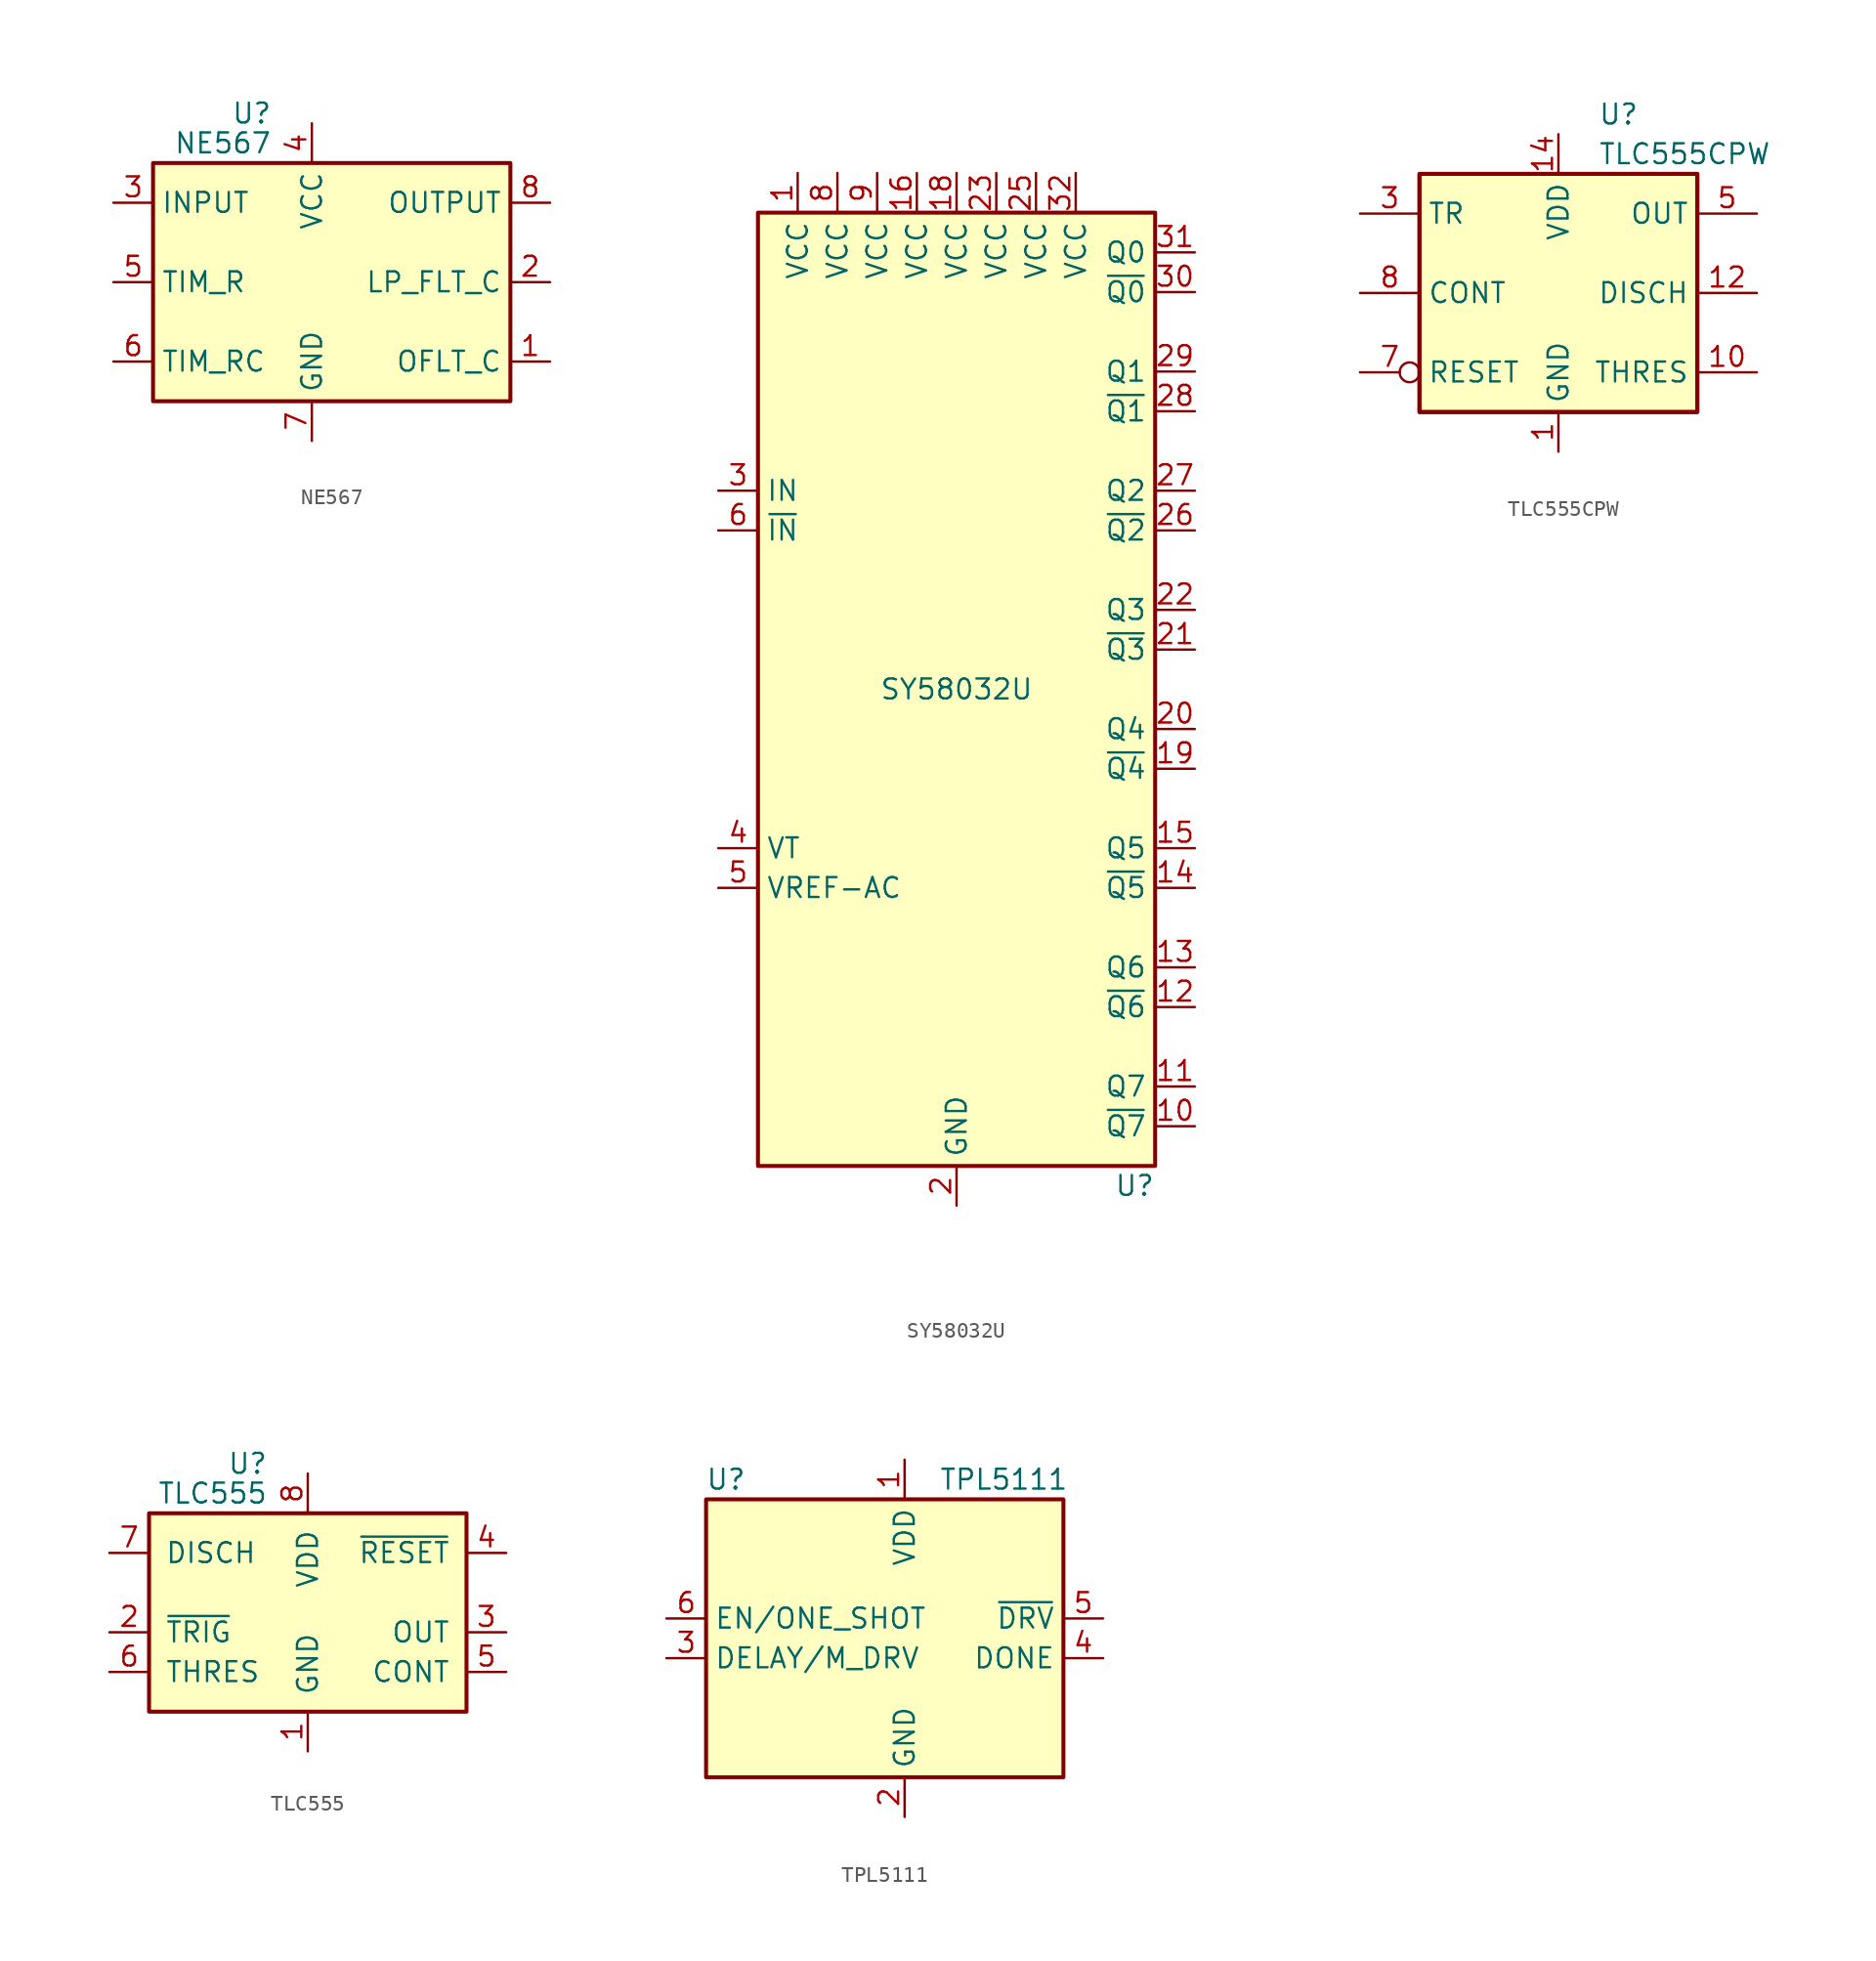
<source format=kicad_sym>
(kicad_symbol_lib
  (version 20201005)
  (generator kicad_symbol_editor)
  (symbol "NE567"
    (property "Reference" "U"
      (at -2.54 10.795 0)
      (effects (font (size 1.27 1.27)) (justify right)))
    (property "Value" "NE567"
      (at -2.54 8.89 0)
      (effects (font (size 1.27 1.27)) (justify right)))
    (symbol "NE567_0_1"
      (rectangle (start -10.16 7.62) (end 12.7 -7.62) (stroke (width 0.254)) (fill (type background))))
    (symbol "NE567_1_1"
      (pin output line (at 15.24 -5.08 180) (length 2.54) (name "OFLT_C" (effects (font (size 1.27 1.27)))) (number "1" (effects (font (size 1.27 1.27)))))
      (pin output line (at 15.24 0 180) (length 2.54) (name "LP_FLT_C" (effects (font (size 1.27 1.27)))) (number "2" (effects (font (size 1.27 1.27)))))
      (pin input line (at -12.7 5.08 0) (length 2.54) (name "INPUT" (effects (font (size 1.27 1.27)))) (number "3" (effects (font (size 1.27 1.27)))))
      (pin power_in line (at 0 10.16 270) (length 2.54) (name "VCC" (effects (font (size 1.27 1.27)))) (number "4" (effects (font (size 1.27 1.27)))))
      (pin input line (at -12.7 0 0) (length 2.54) (name "TIM_R" (effects (font (size 1.27 1.27)))) (number "5" (effects (font (size 1.27 1.27)))))
      (pin input line (at -12.7 -5.08 0) (length 2.54) (name "TIM_RC" (effects (font (size 1.27 1.27)))) (number "6" (effects (font (size 1.27 1.27)))))
      (pin power_in line (at 0 -10.16 90) (length 2.54) (name "GND" (effects (font (size 1.27 1.27)))) (number "7" (effects (font (size 1.27 1.27)))))
      (pin output line (at 15.24 5.08 180) (length 2.54) (name "OUTPUT" (effects (font (size 1.27 1.27)))) (number "8" (effects (font (size 1.27 1.27)))))))
  (symbol "SY58032U"
    (property "Reference" "U"
      (at 12.7 -31.75 0)
      (effects (font (size 1.27 1.27)) (justify right)))
    (property "Value" "SY58032U"
      (at 0 0 0)
      (effects (font (size 1.27 1.27))))
    (symbol "SY58032U_0_1"
      (rectangle (start 12.7 30.48) (end -12.7 -30.48) (stroke (width 0.254)) (fill (type background))))
    (symbol "SY58032U_1_1"
      (pin power_in line (at -10.16 33.02 270) (length 2.54) (name "VCC" (effects (font (size 1.27 1.27)))) (number "1" (effects (font (size 1.27 1.27)))))
      (pin open_emitter line (at 15.24 -27.94 180) (length 2.54) (name "~Q7" (effects (font (size 1.27 1.27)))) (number "10" (effects (font (size 1.27 1.27)))))
      (pin open_emitter line (at 15.24 -25.4 180) (length 2.54) (name "Q7" (effects (font (size 1.27 1.27)))) (number "11" (effects (font (size 1.27 1.27)))))
      (pin open_emitter line (at 15.24 -20.32 180) (length 2.54) (name "~Q6" (effects (font (size 1.27 1.27)))) (number "12" (effects (font (size 1.27 1.27)))))
      (pin open_emitter line (at 15.24 -17.78 180) (length 2.54) (name "Q6" (effects (font (size 1.27 1.27)))) (number "13" (effects (font (size 1.27 1.27)))))
      (pin open_emitter line (at 15.24 -12.7 180) (length 2.54) (name "~Q5" (effects (font (size 1.27 1.27)))) (number "14" (effects (font (size 1.27 1.27)))))
      (pin open_emitter line (at 15.24 -10.16 180) (length 2.54) (name "Q5" (effects (font (size 1.27 1.27)))) (number "15" (effects (font (size 1.27 1.27)))))
      (pin power_in line (at -2.54 33.02 270) (length 2.54) (name "VCC" (effects (font (size 1.27 1.27)))) (number "16" (effects (font (size 1.27 1.27)))))
      (pin passive line (at 0 -33.02 90) (length 2.54) hide (name "GND" (effects (font (size 1.27 1.27)))) (number "17" (effects (font (size 1.27 1.27)))))
      (pin power_in line (at 0 33.02 270) (length 2.54) (name "VCC" (effects (font (size 1.27 1.27)))) (number "18" (effects (font (size 1.27 1.27)))))
      (pin open_emitter line (at 15.24 -5.08 180) (length 2.54) (name "~Q4" (effects (font (size 1.27 1.27)))) (number "19" (effects (font (size 1.27 1.27)))))
      (pin power_in line (at 0 -33.02 90) (length 2.54) (name "GND" (effects (font (size 1.27 1.27)))) (number "2" (effects (font (size 1.27 1.27)))))
      (pin open_emitter line (at 15.24 -2.54 180) (length 2.54) (name "Q4" (effects (font (size 1.27 1.27)))) (number "20" (effects (font (size 1.27 1.27)))))
      (pin open_emitter line (at 15.24 2.54 180) (length 2.54) (name "~Q3" (effects (font (size 1.27 1.27)))) (number "21" (effects (font (size 1.27 1.27)))))
      (pin open_emitter line (at 15.24 5.08 180) (length 2.54) (name "Q3" (effects (font (size 1.27 1.27)))) (number "22" (effects (font (size 1.27 1.27)))))
      (pin power_in line (at 2.54 33.02 270) (length 2.54) (name "VCC" (effects (font (size 1.27 1.27)))) (number "23" (effects (font (size 1.27 1.27)))))
      (pin passive line (at 0 -33.02 90) (length 2.54) hide (name "GND" (effects (font (size 1.27 1.27)))) (number "24" (effects (font (size 1.27 1.27)))))
      (pin power_in line (at 5.08 33.02 270) (length 2.54) (name "VCC" (effects (font (size 1.27 1.27)))) (number "25" (effects (font (size 1.27 1.27)))))
      (pin open_emitter line (at 15.24 10.16 180) (length 2.54) (name "~Q2" (effects (font (size 1.27 1.27)))) (number "26" (effects (font (size 1.27 1.27)))))
      (pin open_emitter line (at 15.24 12.7 180) (length 2.54) (name "Q2" (effects (font (size 1.27 1.27)))) (number "27" (effects (font (size 1.27 1.27)))))
      (pin open_emitter line (at 15.24 17.78 180) (length 2.54) (name "~Q1" (effects (font (size 1.27 1.27)))) (number "28" (effects (font (size 1.27 1.27)))))
      (pin open_emitter line (at 15.24 20.32 180) (length 2.54) (name "Q1" (effects (font (size 1.27 1.27)))) (number "29" (effects (font (size 1.27 1.27)))))
      (pin input line (at -15.24 12.7 0) (length 2.54) (name "IN" (effects (font (size 1.27 1.27)))) (number "3" (effects (font (size 1.27 1.27)))))
      (pin open_emitter line (at 15.24 25.4 180) (length 2.54) (name "~Q0" (effects (font (size 1.27 1.27)))) (number "30" (effects (font (size 1.27 1.27)))))
      (pin open_emitter line (at 15.24 27.94 180) (length 2.54) (name "Q0" (effects (font (size 1.27 1.27)))) (number "31" (effects (font (size 1.27 1.27)))))
      (pin power_in line (at 7.62 33.02 270) (length 2.54) (name "VCC" (effects (font (size 1.27 1.27)))) (number "32" (effects (font (size 1.27 1.27)))))
      (pin passive line (at 0 -33.02 90) (length 2.54) hide (name "GND" (effects (font (size 1.27 1.27)))) (number "33" (effects (font (size 1.27 1.27)))))
      (pin passive line (at -15.24 -10.16 0) (length 2.54) (name "VT" (effects (font (size 1.27 1.27)))) (number "4" (effects (font (size 1.27 1.27)))))
      (pin passive line (at -15.24 -12.7 0) (length 2.54) (name "VREF-AC" (effects (font (size 1.27 1.27)))) (number "5" (effects (font (size 1.27 1.27)))))
      (pin input line (at -15.24 10.16 0) (length 2.54) (name "~IN" (effects (font (size 1.27 1.27)))) (number "6" (effects (font (size 1.27 1.27)))))
      (pin passive line (at 0 -33.02 90) (length 2.54) hide (name "GND" (effects (font (size 1.27 1.27)))) (number "7" (effects (font (size 1.27 1.27)))))
      (pin power_in line (at -7.62 33.02 270) (length 2.54) (name "VCC" (effects (font (size 1.27 1.27)))) (number "8" (effects (font (size 1.27 1.27)))))
      (pin power_in line (at -5.08 33.02 270) (length 2.54) (name "VCC" (effects (font (size 1.27 1.27)))) (number "9" (effects (font (size 1.27 1.27)))))))
  (symbol "TLC555CPW"
    (property "Reference" "U"
      (at 2.54 11.43 0)
      (effects (font (size 1.27 1.27)) (justify left)))
    (property "Value" "TLC555CPW"
      (at 2.54 8.89 0)
      (effects (font (size 1.27 1.27)) (justify left)))
    (symbol "TLC555CPW_0_0"
      (pin power_in line (at 0 -10.16 90) (length 2.54) (name "GND" (effects (font (size 1.27 1.27)))) (number "1" (effects (font (size 1.27 1.27)))))
      (pin power_in line (at 0 10.16 270) (length 2.54) (name "VDD" (effects (font (size 1.27 1.27)))) (number "14" (effects (font (size 1.27 1.27))))))
    (symbol "TLC555CPW_0_1"
      (rectangle (start -8.89 -7.62) (end 8.89 7.62) (stroke (width 0.254)) (fill (type background)))
      (rectangle (start -8.89 -7.62) (end 8.89 7.62) (stroke (width 0.254)) (fill (type background))))
    (symbol "TLC555CPW_1_1"
      (pin input line (at 12.7 -5.08 180) (length 3.81) (name "THRES" (effects (font (size 1.27 1.27)))) (number "10" (effects (font (size 1.27 1.27)))))
      (pin no_connect line (at 0 0 270) (length 2.54) hide (name "NC" (effects (font (size 1.27 1.27)))) (number "11" (effects (font (size 1.27 1.27)))))
      (pin input line (at 12.7 0 180) (length 3.81) (name "DISCH" (effects (font (size 1.27 1.27)))) (number "12" (effects (font (size 1.27 1.27)))))
      (pin no_connect line (at 2.54 0 270) (length 2.54) hide (name "NC" (effects (font (size 1.27 1.27)))) (number "13" (effects (font (size 1.27 1.27)))))
      (pin no_connect line (at -2.54 5.08 270) (length 2.54) hide (name "NC" (effects (font (size 1.27 1.27)))) (number "2" (effects (font (size 1.27 1.27)))))
      (pin input line (at -12.7 5.08 0) (length 3.81) (name "TR" (effects (font (size 1.27 1.27)))) (number "3" (effects (font (size 1.27 1.27)))))
      (pin no_connect line (at 0 5.08 270) (length 2.54) hide (name "NC" (effects (font (size 1.27 1.27)))) (number "4" (effects (font (size 1.27 1.27)))))
      (pin output line (at 12.7 5.08 180) (length 3.81) (name "OUT" (effects (font (size 1.27 1.27)))) (number "5" (effects (font (size 1.27 1.27)))))
      (pin no_connect line (at 2.54 5.08 270) (length 2.54) hide (name "NC" (effects (font (size 1.27 1.27)))) (number "6" (effects (font (size 1.27 1.27)))))
      (pin input inverted (at -12.7 -5.08 0) (length 3.81) (name "RESET" (effects (font (size 1.27 1.27)))) (number "7" (effects (font (size 1.27 1.27)))))
      (pin input line (at -12.7 0 0) (length 3.81) (name "CONT" (effects (font (size 1.27 1.27)))) (number "8" (effects (font (size 1.27 1.27)))))
      (pin no_connect line (at -2.54 0 270) (length 2.54) hide (name "NC" (effects (font (size 1.27 1.27)))) (number "9" (effects (font (size 1.27 1.27)))))))
  (symbol "TLC555"
    (pin_names
      (offset 1.016))
    (property "Reference" "U"
      (at -2.54 10.795 0)
      (effects (font (size 1.27 1.27)) (justify right)))
    (property "Value" "TLC555"
      (at -2.54 8.89 0)
      (effects (font (size 1.27 1.27)) (justify right)))
    (symbol "TLC555_0_1"
      (rectangle (start -10.16 7.62) (end 10.16 -5.08) (stroke (width 0.254)) (fill (type background))))
    (symbol "TLC555_1_1"
      (pin power_in line (at 0 -7.62 90) (length 2.54) (name "GND" (effects (font (size 1.27 1.27)))) (number "1" (effects (font (size 1.27 1.27)))))
      (pin input line (at -12.7 0 0) (length 2.54) (name "~TRIG" (effects (font (size 1.27 1.27)))) (number "2" (effects (font (size 1.27 1.27)))))
      (pin output line (at 12.7 0 180) (length 2.54) (name "OUT" (effects (font (size 1.27 1.27)))) (number "3" (effects (font (size 1.27 1.27)))))
      (pin input line (at 12.7 5.08 180) (length 2.54) (name "~RESET" (effects (font (size 1.27 1.27)))) (number "4" (effects (font (size 1.27 1.27)))))
      (pin passive line (at 12.7 -2.54 180) (length 2.54) (name "CONT" (effects (font (size 1.27 1.27)))) (number "5" (effects (font (size 1.27 1.27)))))
      (pin input line (at -12.7 -2.54 0) (length 2.54) (name "THRES" (effects (font (size 1.27 1.27)))) (number "6" (effects (font (size 1.27 1.27)))))
      (pin open_collector line (at -12.7 5.08 0) (length 2.54) (name "DISCH" (effects (font (size 1.27 1.27)))) (number "7" (effects (font (size 1.27 1.27)))))
      (pin power_in line (at 0 10.16 270) (length 2.54) (name "VDD" (effects (font (size 1.27 1.27)))) (number "8" (effects (font (size 1.27 1.27)))))))
  (symbol "TPL5111"
    (property "Reference" "U"
      (at -11.43 11.43 0)
      (effects (font (size 1.27 1.27))))
    (property "Value" "TPL5111"
      (at 6.35 11.43 0)
      (effects (font (size 1.27 1.27))))
    (symbol "TPL5111_0_1"
      (rectangle (start -12.7 10.16) (end 10.16 -7.62) (stroke (width 0.254)) (fill (type background))))
    (symbol "TPL5111_1_1"
      (pin power_in line (at 0 12.7 270) (length 2.54) (name "VDD" (effects (font (size 1.27 1.27)))) (number "1" (effects (font (size 1.27 1.27)))))
      (pin power_in line (at 0 -10.16 90) (length 2.54) (name "GND" (effects (font (size 1.27 1.27)))) (number "2" (effects (font (size 1.27 1.27)))))
      (pin input line (at -15.24 0 0) (length 2.54) (name "DELAY/M_DRV" (effects (font (size 1.27 1.27)))) (number "3" (effects (font (size 1.27 1.27)))))
      (pin input line (at 12.7 0 180) (length 2.54) (name "DONE" (effects (font (size 1.27 1.27)))) (number "4" (effects (font (size 1.27 1.27)))))
      (pin output line (at 12.7 2.54 180) (length 2.54) (name "~DRV" (effects (font (size 1.27 1.27)))) (number "5" (effects (font (size 1.27 1.27)))))
      (pin input line (at -15.24 2.54 0) (length 2.54) (name "EN/ONE_SHOT" (effects (font (size 1.27 1.27)))) (number "6" (effects (font (size 1.27 1.27))))))))
</source>
